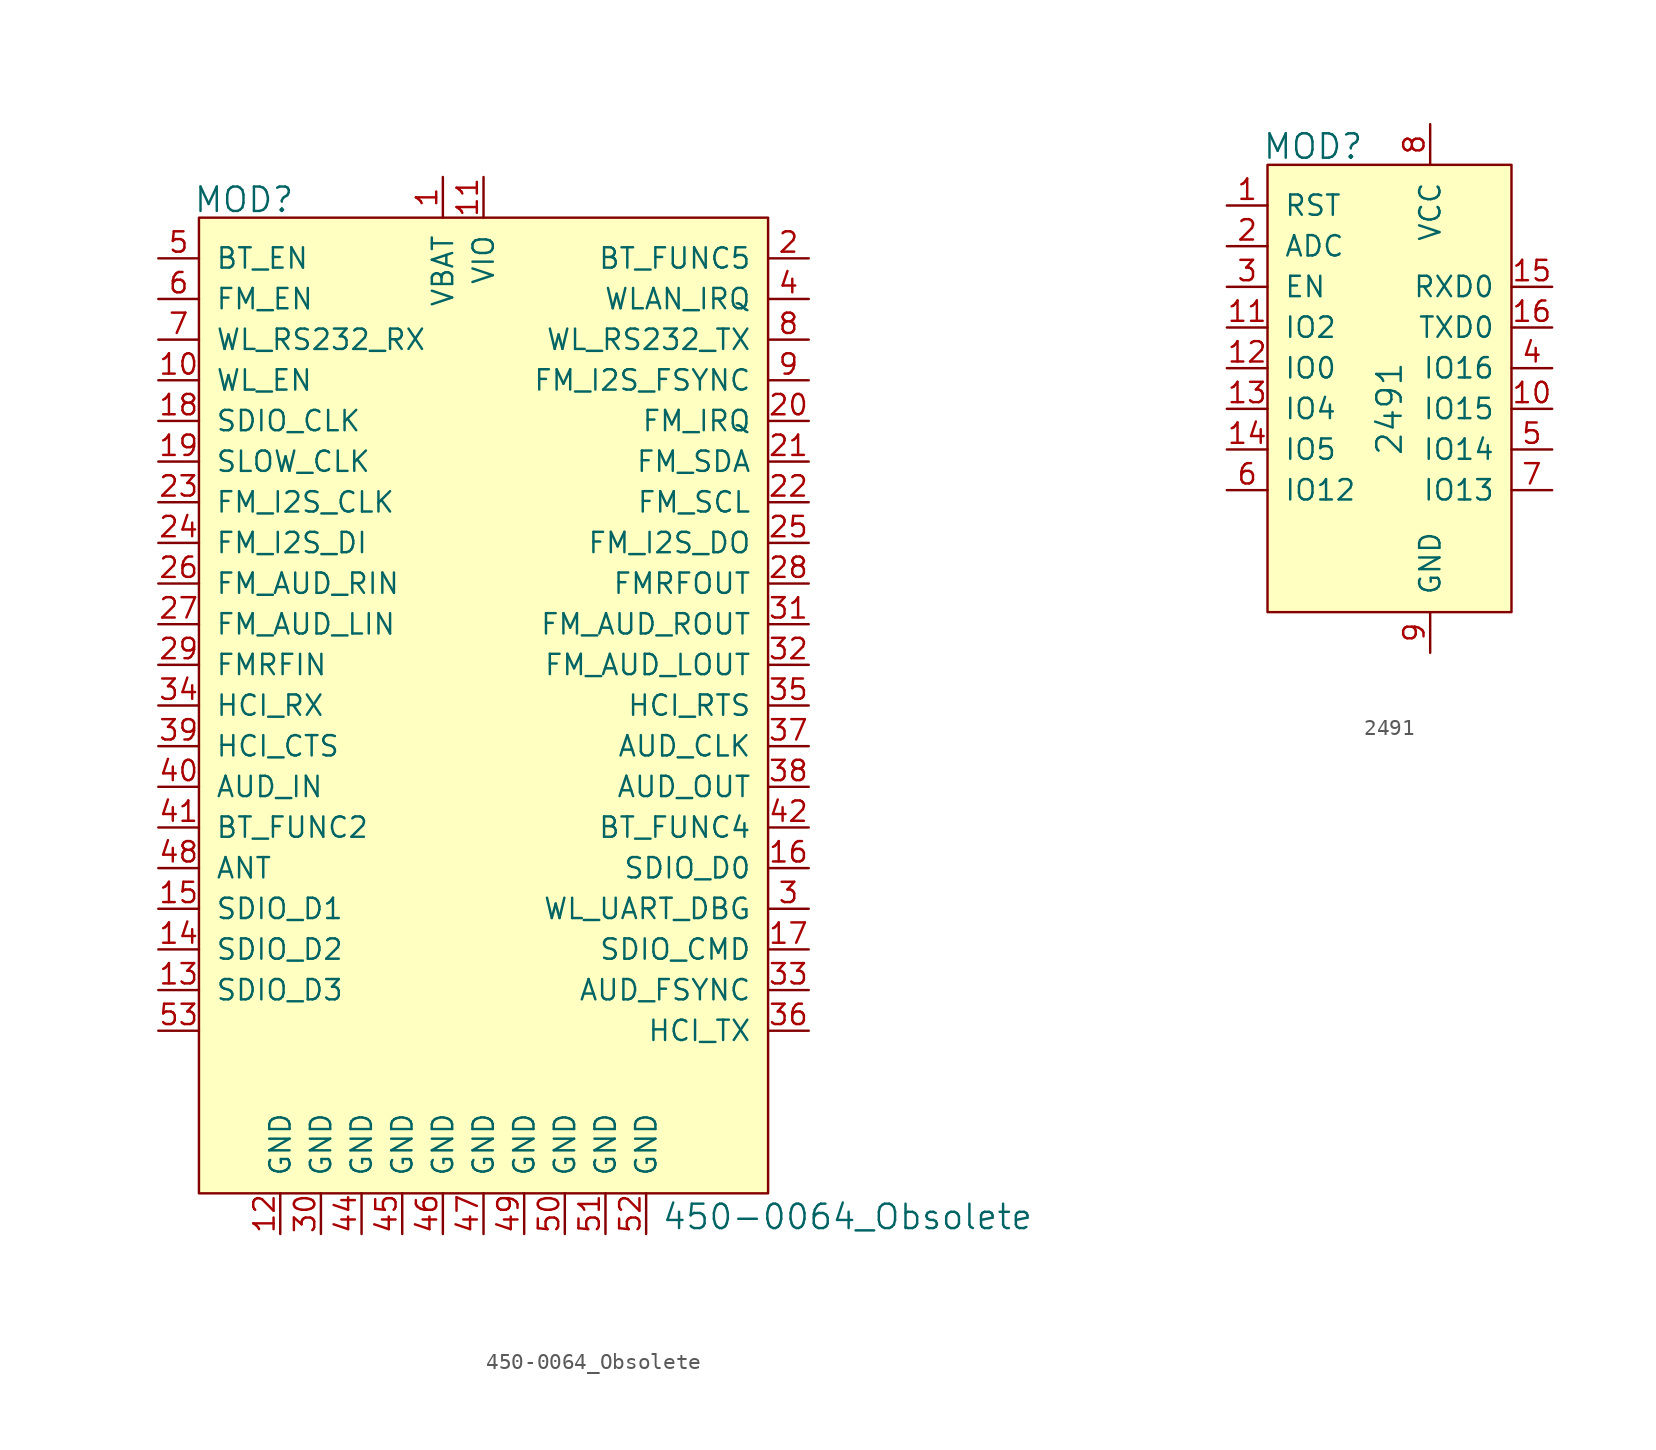
<source format=kicad_sym>
(kicad_symbol_lib
  (version 20201005)
  (generator kicad_symbol_editor)
  (symbol "450-0064_Obsolete"
    (pin_names
      (offset 1.016))
    (property "Reference" "MOD"
      (at -14.961 18.898 0)
      (effects (font (size 1.524 1.524))))
    (property "Value" "450-0064_Obsolete"
      (at 11.1 -44.653 0)
      (effects (font (size 1.524 1.524)) (justify left)))
    (symbol "450-0064_Obsolete_0_1"
      (rectangle (start -17.78 17.78) (end 17.78 -43.18) (stroke (width 0)) (fill (type background))))
    (symbol "450-0064_Obsolete_1_1"
      (pin power_in line (at -2.54 20.32 270) (length 2.54) (name "VBAT" (effects (font (size 1.27 1.27)))) (number "1" (effects (font (size 1.27 1.27)))))
      (pin output line (at 20.32 15.24 180) (length 2.54) (name "BT_FUNC5" (effects (font (size 1.27 1.27)))) (number "2" (effects (font (size 1.27 1.27)))))
      (pin bidirectional line (at 20.32 -25.4 180) (length 2.54) (name "WL_UART_DBG" (effects (font (size 1.27 1.27)))) (number "3" (effects (font (size 1.27 1.27)))))
      (pin output line (at 20.32 12.7 180) (length 2.54) (name "WLAN_IRQ" (effects (font (size 1.27 1.27)))) (number "4" (effects (font (size 1.27 1.27)))))
      (pin input line (at -20.32 15.24 0) (length 2.54) (name "BT_EN" (effects (font (size 1.27 1.27)))) (number "5" (effects (font (size 1.27 1.27)))))
      (pin input line (at -20.32 12.7 0) (length 2.54) (name "FM_EN" (effects (font (size 1.27 1.27)))) (number "6" (effects (font (size 1.27 1.27)))))
      (pin input line (at -20.32 10.16 0) (length 2.54) (name "WL_RS232_RX" (effects (font (size 1.27 1.27)))) (number "7" (effects (font (size 1.27 1.27)))))
      (pin output line (at 20.32 10.16 180) (length 2.54) (name "WL_RS232_TX" (effects (font (size 1.27 1.27)))) (number "8" (effects (font (size 1.27 1.27)))))
      (pin output line (at 20.32 7.62 180) (length 2.54) (name "FM_I2S_FSYNC" (effects (font (size 1.27 1.27)))) (number "9" (effects (font (size 1.27 1.27)))))
      (pin input line (at -20.32 7.62 0) (length 2.54) (name "WL_EN" (effects (font (size 1.27 1.27)))) (number "10" (effects (font (size 1.27 1.27)))))
      (pin output line (at 20.32 5.08 180) (length 2.54) (name "FM_IRQ" (effects (font (size 1.27 1.27)))) (number "20" (effects (font (size 1.27 1.27)))))
      (pin power_in line (at -10.16 -45.72 90) (length 2.54) (name "GND" (effects (font (size 1.27 1.27)))) (number "30" (effects (font (size 1.27 1.27)))))
      (pin input line (at -20.32 -17.78 0) (length 2.54) (name "AUD_IN" (effects (font (size 1.27 1.27)))) (number "40" (effects (font (size 1.27 1.27)))))
      (pin power_in line (at 5.08 -45.72 90) (length 2.54) (name "GND" (effects (font (size 1.27 1.27)))) (number "50" (effects (font (size 1.27 1.27)))))
      (pin power_in line (at 0 20.32 270) (length 2.54) (name "VIO" (effects (font (size 1.27 1.27)))) (number "11" (effects (font (size 1.27 1.27)))))
      (pin output line (at 20.32 2.54 180) (length 2.54) (name "FM_SDA" (effects (font (size 1.27 1.27)))) (number "21" (effects (font (size 1.27 1.27)))))
      (pin output line (at 20.32 -7.62 180) (length 2.54) (name "FM_AUD_ROUT" (effects (font (size 1.27 1.27)))) (number "31" (effects (font (size 1.27 1.27)))))
      (pin input line (at -20.32 -20.32 0) (length 2.54) (name "BT_FUNC2" (effects (font (size 1.27 1.27)))) (number "41" (effects (font (size 1.27 1.27)))))
      (pin power_in line (at 7.62 -45.72 90) (length 2.54) (name "GND" (effects (font (size 1.27 1.27)))) (number "51" (effects (font (size 1.27 1.27)))))
      (pin power_in line (at -12.7 -45.72 90) (length 2.54) (name "GND" (effects (font (size 1.27 1.27)))) (number "12" (effects (font (size 1.27 1.27)))))
      (pin output line (at 20.32 0 180) (length 2.54) (name "FM_SCL" (effects (font (size 1.27 1.27)))) (number "22" (effects (font (size 1.27 1.27)))))
      (pin output line (at 20.32 -10.16 180) (length 2.54) (name "FM_AUD_LOUT" (effects (font (size 1.27 1.27)))) (number "32" (effects (font (size 1.27 1.27)))))
      (pin output line (at 20.32 -20.32 180) (length 2.54) (name "BT_FUNC4" (effects (font (size 1.27 1.27)))) (number "42" (effects (font (size 1.27 1.27)))))
      (pin power_in line (at 10.16 -45.72 90) (length 2.54) (name "GND" (effects (font (size 1.27 1.27)))) (number "52" (effects (font (size 1.27 1.27)))))
      (pin bidirectional line (at -20.32 -30.48 0) (length 2.54) (name "SDIO_D3" (effects (font (size 1.27 1.27)))) (number "13" (effects (font (size 1.27 1.27)))))
      (pin input line (at -20.32 0 0) (length 2.54) (name "FM_I2S_CLK" (effects (font (size 1.27 1.27)))) (number "23" (effects (font (size 1.27 1.27)))))
      (pin bidirectional line (at 20.32 -30.48 180) (length 2.54) (name "AUD_FSYNC" (effects (font (size 1.27 1.27)))) (number "33" (effects (font (size 1.27 1.27)))))
      (pin no_connect line (at 17.78 -35.56 180) (length 2.54) hide (name "VDD_LDO_CLASS_1P5" (effects (font (size 1.27 1.27)))) (number "43" (effects (font (size 1.27 1.27)))))
      (pin unspecified line (at -20.32 -33.02 0) (length 2.54) (name "~" (effects (font (size 1.27 1.27)))) (number "53" (effects (font (size 1.27 1.27)))))
      (pin bidirectional line (at -20.32 -27.94 0) (length 2.54) (name "SDIO_D2" (effects (font (size 1.27 1.27)))) (number "14" (effects (font (size 1.27 1.27)))))
      (pin input line (at -20.32 -2.54 0) (length 2.54) (name "FM_I2S_DI" (effects (font (size 1.27 1.27)))) (number "24" (effects (font (size 1.27 1.27)))))
      (pin input line (at -20.32 -12.7 0) (length 2.54) (name "HCI_RX" (effects (font (size 1.27 1.27)))) (number "34" (effects (font (size 1.27 1.27)))))
      (pin power_in line (at -7.62 -45.72 90) (length 2.54) (name "GND" (effects (font (size 1.27 1.27)))) (number "44" (effects (font (size 1.27 1.27)))))
      (pin bidirectional line (at -20.32 -25.4 0) (length 2.54) (name "SDIO_D1" (effects (font (size 1.27 1.27)))) (number "15" (effects (font (size 1.27 1.27)))))
      (pin output line (at 20.32 -2.54 180) (length 2.54) (name "FM_I2S_DO" (effects (font (size 1.27 1.27)))) (number "25" (effects (font (size 1.27 1.27)))))
      (pin output line (at 20.32 -12.7 180) (length 2.54) (name "HCI_RTS" (effects (font (size 1.27 1.27)))) (number "35" (effects (font (size 1.27 1.27)))))
      (pin power_in line (at -5.08 -45.72 90) (length 2.54) (name "GND" (effects (font (size 1.27 1.27)))) (number "45" (effects (font (size 1.27 1.27)))))
      (pin bidirectional line (at 20.32 -22.86 180) (length 2.54) (name "SDIO_D0" (effects (font (size 1.27 1.27)))) (number "16" (effects (font (size 1.27 1.27)))))
      (pin input line (at -20.32 -5.08 0) (length 2.54) (name "FM_AUD_RIN" (effects (font (size 1.27 1.27)))) (number "26" (effects (font (size 1.27 1.27)))))
      (pin bidirectional line (at 20.32 -33.02 180) (length 2.54) (name "HCI_TX" (effects (font (size 1.27 1.27)))) (number "36" (effects (font (size 1.27 1.27)))))
      (pin power_in line (at -2.54 -45.72 90) (length 2.54) (name "GND" (effects (font (size 1.27 1.27)))) (number "46" (effects (font (size 1.27 1.27)))))
      (pin bidirectional line (at 20.32 -27.94 180) (length 2.54) (name "SDIO_CMD" (effects (font (size 1.27 1.27)))) (number "17" (effects (font (size 1.27 1.27)))))
      (pin input line (at -20.32 -7.62 0) (length 2.54) (name "FM_AUD_LIN" (effects (font (size 1.27 1.27)))) (number "27" (effects (font (size 1.27 1.27)))))
      (pin output line (at 20.32 -15.24 180) (length 2.54) (name "AUD_CLK" (effects (font (size 1.27 1.27)))) (number "37" (effects (font (size 1.27 1.27)))))
      (pin power_in line (at 0 -45.72 90) (length 2.54) (name "GND" (effects (font (size 1.27 1.27)))) (number "47" (effects (font (size 1.27 1.27)))))
      (pin input line (at -20.32 5.08 0) (length 2.54) (name "SDIO_CLK" (effects (font (size 1.27 1.27)))) (number "18" (effects (font (size 1.27 1.27)))))
      (pin output line (at 20.32 -5.08 180) (length 2.54) (name "FMRFOUT" (effects (font (size 1.27 1.27)))) (number "28" (effects (font (size 1.27 1.27)))))
      (pin output line (at 20.32 -17.78 180) (length 2.54) (name "AUD_OUT" (effects (font (size 1.27 1.27)))) (number "38" (effects (font (size 1.27 1.27)))))
      (pin bidirectional line (at -20.32 -22.86 0) (length 2.54) (name "ANT" (effects (font (size 1.27 1.27)))) (number "48" (effects (font (size 1.27 1.27)))))
      (pin input line (at -20.32 2.54 0) (length 2.54) (name "SLOW_CLK" (effects (font (size 1.27 1.27)))) (number "19" (effects (font (size 1.27 1.27)))))
      (pin input line (at -20.32 -10.16 0) (length 2.54) (name "FMRFIN" (effects (font (size 1.27 1.27)))) (number "29" (effects (font (size 1.27 1.27)))))
      (pin input line (at -20.32 -15.24 0) (length 2.54) (name "HCI_CTS" (effects (font (size 1.27 1.27)))) (number "39" (effects (font (size 1.27 1.27)))))
      (pin power_in line (at 2.54 -45.72 90) (length 2.54) (name "GND" (effects (font (size 1.27 1.27)))) (number "49" (effects (font (size 1.27 1.27)))))))
  (symbol "2491"
    (pin_names
      (offset 1.016))
    (property "Reference" "MOD"
      (at -7.315 8.763 0)
      (effects (font (size 1.524 1.524))))
    (property "Value" "2491"
      (at -2.54 -7.62 90)
      (effects (font (size 1.524 1.524))))
    (symbol "2491_0_1"
      (rectangle (start -10.16 7.62) (end 5.08 -20.32) (stroke (width 0)) (fill (type background))))
    (symbol "2491_1_1"
      (pin input line (at -12.7 5.08 0) (length 2.54) (name "RST" (effects (font (size 1.27 1.27)))) (number "1" (effects (font (size 1.27 1.27)))))
      (pin input line (at -12.7 2.54 0) (length 2.54) (name "ADC" (effects (font (size 1.27 1.27)))) (number "2" (effects (font (size 1.27 1.27)))))
      (pin input line (at -12.7 0 0) (length 2.54) (name "EN" (effects (font (size 1.27 1.27)))) (number "3" (effects (font (size 1.27 1.27)))))
      (pin bidirectional line (at 7.62 -5.08 180) (length 2.54) (name "IO16" (effects (font (size 1.27 1.27)))) (number "4" (effects (font (size 1.27 1.27)))))
      (pin bidirectional line (at 7.62 -10.16 180) (length 2.54) (name "IO14" (effects (font (size 1.27 1.27)))) (number "5" (effects (font (size 1.27 1.27)))))
      (pin bidirectional line (at -12.7 -12.7 0) (length 2.54) (name "IO12" (effects (font (size 1.27 1.27)))) (number "6" (effects (font (size 1.27 1.27)))))
      (pin bidirectional line (at 7.62 -12.7 180) (length 2.54) (name "IO13" (effects (font (size 1.27 1.27)))) (number "7" (effects (font (size 1.27 1.27)))))
      (pin power_in line (at 0 10.16 270) (length 2.54) (name "VCC" (effects (font (size 1.27 1.27)))) (number "8" (effects (font (size 1.27 1.27)))))
      (pin power_in line (at 0 -22.86 90) (length 2.54) (name "GND" (effects (font (size 1.27 1.27)))) (number "9" (effects (font (size 1.27 1.27)))))
      (pin bidirectional line (at 7.62 -7.62 180) (length 2.54) (name "IO15" (effects (font (size 1.27 1.27)))) (number "10" (effects (font (size 1.27 1.27)))))
      (pin bidirectional line (at -12.7 -2.54 0) (length 2.54) (name "IO2" (effects (font (size 1.27 1.27)))) (number "11" (effects (font (size 1.27 1.27)))))
      (pin bidirectional line (at -12.7 -5.08 0) (length 2.54) (name "IO0" (effects (font (size 1.27 1.27)))) (number "12" (effects (font (size 1.27 1.27)))))
      (pin bidirectional line (at -12.7 -7.62 0) (length 2.54) (name "IO4" (effects (font (size 1.27 1.27)))) (number "13" (effects (font (size 1.27 1.27)))))
      (pin bidirectional line (at -12.7 -10.16 0) (length 2.54) (name "IO5" (effects (font (size 1.27 1.27)))) (number "14" (effects (font (size 1.27 1.27)))))
      (pin output line (at 7.62 0 180) (length 2.54) (name "RXD0" (effects (font (size 1.27 1.27)))) (number "15" (effects (font (size 1.27 1.27)))))
      (pin output line (at 7.62 -2.54 180) (length 2.54) (name "TXD0" (effects (font (size 1.27 1.27)))) (number "16" (effects (font (size 1.27 1.27))))))))
</source>
